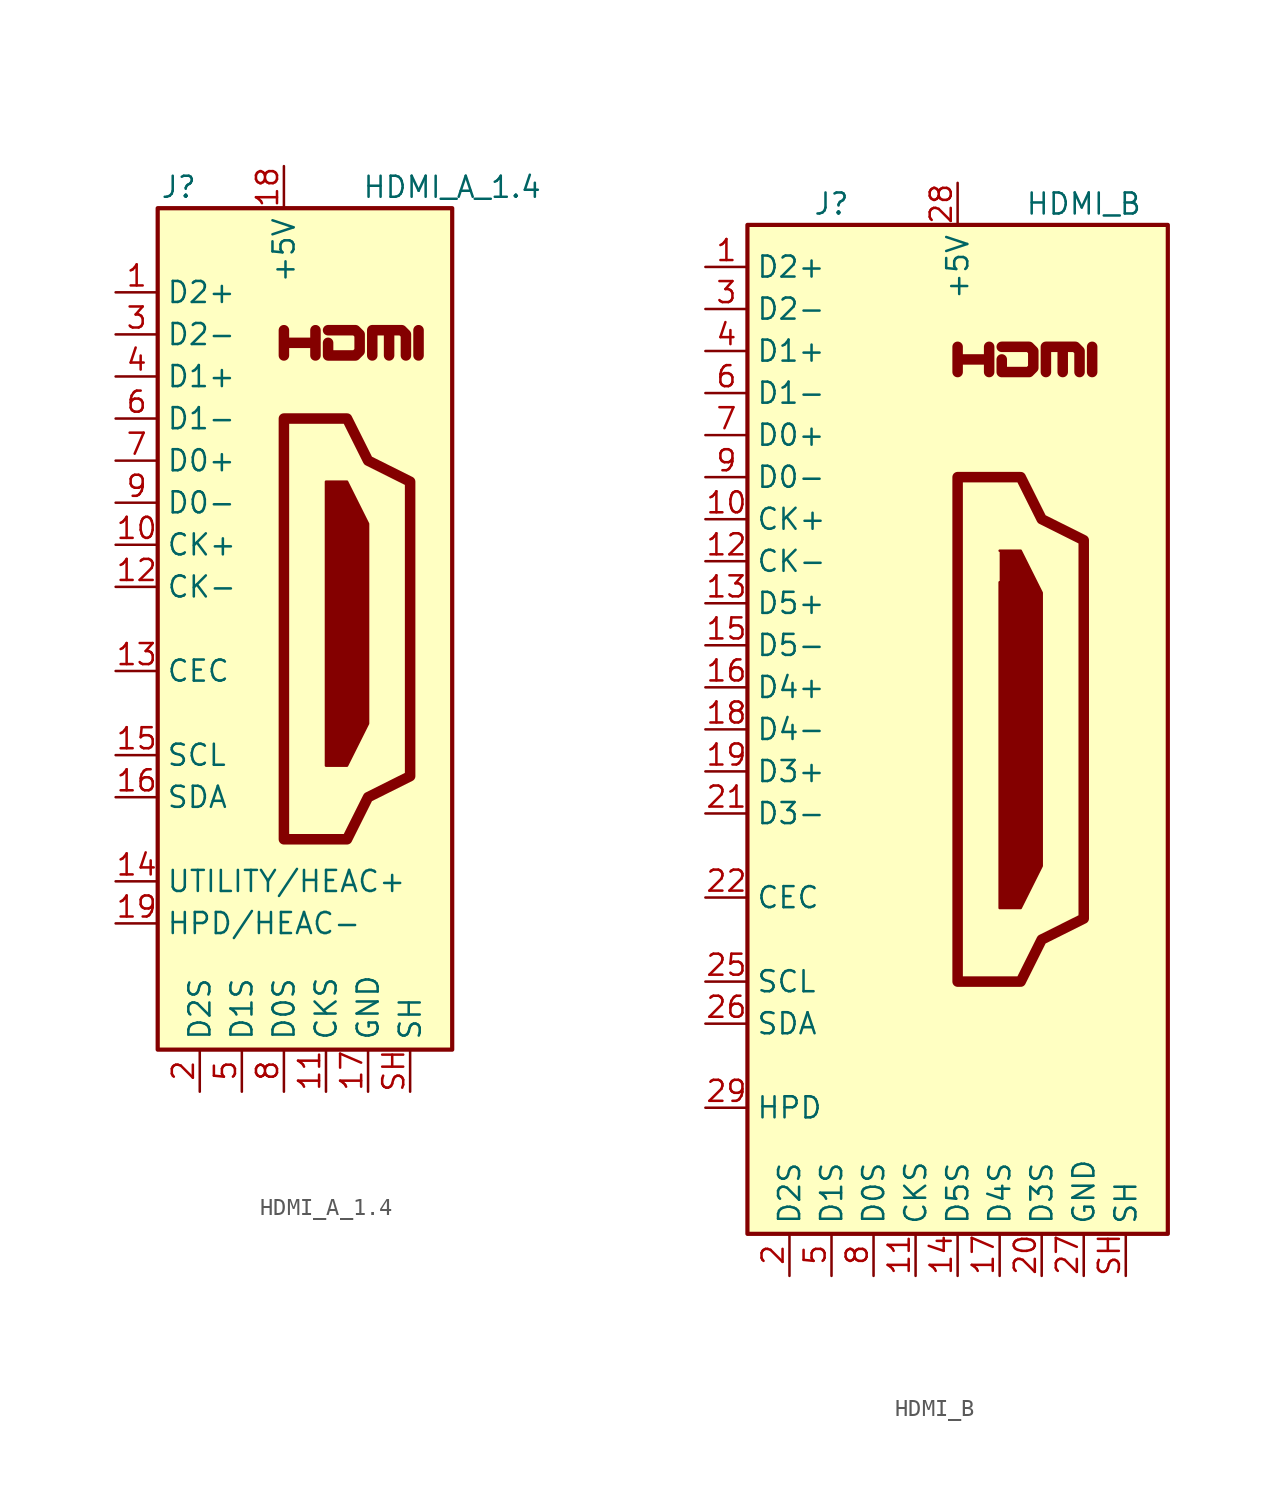
<source format=kicad_sym>
(kicad_symbol_lib
  (version 20200908)
  (generator kicad_symbol_editor)
  (symbol "Connector:HDMI_A_1.4"
    (property "Reference" "J"
      (at -6.35 26.67 0)
      (effects (font (size 1.27 1.27))))
    (property "Value" "HDMI_A_1.4"
      (at 10.16 26.67 0)
      (effects (font (size 1.27 1.27))))
    (symbol "HDMI_A_1.4_0_1"
      (rectangle (start -7.62 25.4) (end 10.16 -25.4) (stroke (width 0.254)) (fill (type background)))
      (polyline (pts (xy 2.54 8.89) (xy 3.81 8.89) (xy 5.08 6.35) (xy 5.08 -5.715) (xy 3.81 -8.255) (xy 2.54 -8.255) (xy 2.54 8.89)) (stroke (width 0)) (fill (type outline)))
      (polyline (pts (xy 5.334 16.51) (xy 5.334 18.034) (xy 6.35 18.034) (xy 6.35 16.51) (xy 6.35 18.034) (xy 7.112 18.034) (xy 7.366 17.78) (xy 7.366 16.51)) (stroke (width 0.635)) (fill (type none)))
      (polyline (pts (xy 0 12.7) (xy 0 -12.7) (xy 3.81 -12.7) (xy 5.08 -10.16) (xy 7.62 -8.89) (xy 7.62 8.89) (xy 5.08 10.16) (xy 3.81 12.7) (xy 0 12.7)) (stroke (width 0.635)) (fill (type none))))
    (symbol "HDMI_A_1.4_0_0"
      (polyline (pts (xy 8.128 16.51) (xy 8.128 18.034)) (stroke (width 0.635)) (fill (type none)))
      (polyline (pts (xy 0 16.51) (xy 0 18.034) (xy 0 17.272) (xy 1.905 17.272) (xy 1.905 18.034) (xy 1.905 16.51)) (stroke (width 0.635)) (fill (type none)))
      (polyline (pts (xy 2.667 18.034) (xy 4.318 18.034) (xy 4.572 17.78) (xy 4.572 16.764) (xy 4.318 16.51) (xy 2.667 16.51) (xy 2.667 17.272)) (stroke (width 0.635)) (fill (type none))))
    (symbol "HDMI_A_1.4_1_1"
      (pin passive line (at -10.16 20.32 0) (length 2.54) (name "D2+" (effects (font (size 1.27 1.27)))) (number "1" (effects (font (size 1.27 1.27)))))
      (pin passive line (at -10.16 5.08 0) (length 2.54) (name "CK+" (effects (font (size 1.27 1.27)))) (number "10" (effects (font (size 1.27 1.27)))))
      (pin power_in line (at 2.54 -27.94 90) (length 2.54) (name "CKS" (effects (font (size 1.27 1.27)))) (number "11" (effects (font (size 1.27 1.27)))))
      (pin passive line (at -10.16 2.54 0) (length 2.54) (name "CK-" (effects (font (size 1.27 1.27)))) (number "12" (effects (font (size 1.27 1.27)))))
      (pin bidirectional line (at -10.16 -2.54 0) (length 2.54) (name "CEC" (effects (font (size 1.27 1.27)))) (number "13" (effects (font (size 1.27 1.27)))))
      (pin passive line (at -10.16 -15.24 0) (length 2.54) (name "UTILITY/HEAC+" (effects (font (size 1.27 1.27)))) (number "14" (effects (font (size 1.27 1.27)))))
      (pin passive line (at -10.16 -7.62 0) (length 2.54) (name "SCL" (effects (font (size 1.27 1.27)))) (number "15" (effects (font (size 1.27 1.27)))))
      (pin bidirectional line (at -10.16 -10.16 0) (length 2.54) (name "SDA" (effects (font (size 1.27 1.27)))) (number "16" (effects (font (size 1.27 1.27)))))
      (pin power_in line (at 5.08 -27.94 90) (length 2.54) (name "GND" (effects (font (size 1.27 1.27)))) (number "17" (effects (font (size 1.27 1.27)))))
      (pin power_in line (at 0 27.94 270) (length 2.54) (name "+5V" (effects (font (size 1.27 1.27)))) (number "18" (effects (font (size 1.27 1.27)))))
      (pin passive line (at -10.16 -17.78 0) (length 2.54) (name "HPD/HEAC-" (effects (font (size 1.27 1.27)))) (number "19" (effects (font (size 1.27 1.27)))))
      (pin power_in line (at -5.08 -27.94 90) (length 2.54) (name "D2S" (effects (font (size 1.27 1.27)))) (number "2" (effects (font (size 1.27 1.27)))))
      (pin passive line (at -10.16 17.78 0) (length 2.54) (name "D2-" (effects (font (size 1.27 1.27)))) (number "3" (effects (font (size 1.27 1.27)))))
      (pin passive line (at -10.16 15.24 0) (length 2.54) (name "D1+" (effects (font (size 1.27 1.27)))) (number "4" (effects (font (size 1.27 1.27)))))
      (pin power_in line (at -2.54 -27.94 90) (length 2.54) (name "D1S" (effects (font (size 1.27 1.27)))) (number "5" (effects (font (size 1.27 1.27)))))
      (pin passive line (at -10.16 12.7 0) (length 2.54) (name "D1-" (effects (font (size 1.27 1.27)))) (number "6" (effects (font (size 1.27 1.27)))))
      (pin passive line (at -10.16 10.16 0) (length 2.54) (name "D0+" (effects (font (size 1.27 1.27)))) (number "7" (effects (font (size 1.27 1.27)))))
      (pin power_in line (at 0 -27.94 90) (length 2.54) (name "D0S" (effects (font (size 1.27 1.27)))) (number "8" (effects (font (size 1.27 1.27)))))
      (pin passive line (at -10.16 7.62 0) (length 2.54) (name "D0-" (effects (font (size 1.27 1.27)))) (number "9" (effects (font (size 1.27 1.27)))))
      (pin passive line (at 7.62 -27.94 90) (length 2.54) (name "SH" (effects (font (size 1.27 1.27)))) (number "SH" (effects (font (size 1.27 1.27)))))))
  (symbol "Connector:HDMI_B"
    (property "Reference" "J"
      (at -7.62 31.75 0)
      (effects (font (size 1.27 1.27))))
    (property "Value" "HDMI_B"
      (at 7.62 31.75 0)
      (effects (font (size 1.27 1.27))))
    (symbol "HDMI_B_0_1"
      (rectangle (start -12.7 30.48) (end 12.7 -30.48) (stroke (width 0.254)) (fill (type background)))
      (polyline (pts (xy 2.54 10.795) (xy 3.81 10.795) (xy 5.08 8.255) (xy 5.08 -8.255) (xy 3.81 -10.795) (xy 2.54 -10.795) (xy 2.54 8.89)) (stroke (width 0)) (fill (type outline)))
      (polyline (pts (xy 5.334 21.59) (xy 5.334 23.114) (xy 6.35 23.114) (xy 6.35 21.59) (xy 6.35 23.114) (xy 7.112 23.114) (xy 7.366 22.86) (xy 7.366 21.59)) (stroke (width 0.635)) (fill (type none)))
      (polyline (pts (xy 0 15.24) (xy 0 -15.24) (xy 3.81 -15.24) (xy 5.08 -12.7) (xy 7.62 -11.43) (xy 7.62 11.43) (xy 5.08 12.7) (xy 3.81 15.24) (xy 0 15.24)) (stroke (width 0.635)) (fill (type none))))
    (symbol "HDMI_B_0_0"
      (polyline (pts (xy 8.128 21.59) (xy 8.128 23.114)) (stroke (width 0.635)) (fill (type none)))
      (polyline (pts (xy 0 21.59) (xy 0 23.114) (xy 0 22.352) (xy 1.905 22.352) (xy 1.905 23.114) (xy 1.905 21.59)) (stroke (width 0.635)) (fill (type none)))
      (polyline (pts (xy 2.667 23.114) (xy 4.318 23.114) (xy 4.572 22.86) (xy 4.572 21.844) (xy 4.318 21.59) (xy 2.667 21.59) (xy 2.667 22.352)) (stroke (width 0.635)) (fill (type none))))
    (symbol "HDMI_B_1_1"
      (pin passive line (at -15.24 27.94 0) (length 2.54) (name "D2+" (effects (font (size 1.27 1.27)))) (number "1" (effects (font (size 1.27 1.27)))))
      (pin passive line (at -15.24 12.7 0) (length 2.54) (name "CK+" (effects (font (size 1.27 1.27)))) (number "10" (effects (font (size 1.27 1.27)))))
      (pin power_in line (at -2.54 -33.02 90) (length 2.54) (name "CKS" (effects (font (size 1.27 1.27)))) (number "11" (effects (font (size 1.27 1.27)))))
      (pin passive line (at -15.24 10.16 0) (length 2.54) (name "CK-" (effects (font (size 1.27 1.27)))) (number "12" (effects (font (size 1.27 1.27)))))
      (pin passive line (at -15.24 7.62 0) (length 2.54) (name "D5+" (effects (font (size 1.27 1.27)))) (number "13" (effects (font (size 1.27 1.27)))))
      (pin power_in line (at 0 -33.02 90) (length 2.54) (name "D5S" (effects (font (size 1.27 1.27)))) (number "14" (effects (font (size 1.27 1.27)))))
      (pin passive line (at -15.24 5.08 0) (length 2.54) (name "D5-" (effects (font (size 1.27 1.27)))) (number "15" (effects (font (size 1.27 1.27)))))
      (pin passive line (at -15.24 2.54 0) (length 2.54) (name "D4+" (effects (font (size 1.27 1.27)))) (number "16" (effects (font (size 1.27 1.27)))))
      (pin power_in line (at 2.54 -33.02 90) (length 2.54) (name "D4S" (effects (font (size 1.27 1.27)))) (number "17" (effects (font (size 1.27 1.27)))))
      (pin passive line (at -15.24 0 0) (length 2.54) (name "D4-" (effects (font (size 1.27 1.27)))) (number "18" (effects (font (size 1.27 1.27)))))
      (pin passive line (at -15.24 -2.54 0) (length 2.54) (name "D3+" (effects (font (size 1.27 1.27)))) (number "19" (effects (font (size 1.27 1.27)))))
      (pin power_in line (at -10.16 -33.02 90) (length 2.54) (name "D2S" (effects (font (size 1.27 1.27)))) (number "2" (effects (font (size 1.27 1.27)))))
      (pin power_in line (at 5.08 -33.02 90) (length 2.54) (name "D3S" (effects (font (size 1.27 1.27)))) (number "20" (effects (font (size 1.27 1.27)))))
      (pin passive line (at -15.24 -5.08 0) (length 2.54) (name "D3-" (effects (font (size 1.27 1.27)))) (number "21" (effects (font (size 1.27 1.27)))))
      (pin bidirectional line (at -15.24 -10.16 0) (length 2.54) (name "CEC" (effects (font (size 1.27 1.27)))) (number "22" (effects (font (size 1.27 1.27)))))
      (pin unconnected line (at -12.7 -12.7 0) (length 2.54) hide (name "NC" (effects (font (size 1.27 1.27)))) (number "23" (effects (font (size 1.27 1.27)))))
      (pin unconnected line (at -12.7 -20.32 0) (length 2.54) hide (name "NC" (effects (font (size 1.27 1.27)))) (number "24" (effects (font (size 1.27 1.27)))))
      (pin passive line (at -15.24 -15.24 0) (length 2.54) (name "SCL" (effects (font (size 1.27 1.27)))) (number "25" (effects (font (size 1.27 1.27)))))
      (pin bidirectional line (at -15.24 -17.78 0) (length 2.54) (name "SDA" (effects (font (size 1.27 1.27)))) (number "26" (effects (font (size 1.27 1.27)))))
      (pin power_in line (at 7.62 -33.02 90) (length 2.54) (name "GND" (effects (font (size 1.27 1.27)))) (number "27" (effects (font (size 1.27 1.27)))))
      (pin power_in line (at 0 33.02 270) (length 2.54) (name "+5V" (effects (font (size 1.27 1.27)))) (number "28" (effects (font (size 1.27 1.27)))))
      (pin passive line (at -15.24 -22.86 0) (length 2.54) (name "HPD" (effects (font (size 1.27 1.27)))) (number "29" (effects (font (size 1.27 1.27)))))
      (pin passive line (at -15.24 25.4 0) (length 2.54) (name "D2-" (effects (font (size 1.27 1.27)))) (number "3" (effects (font (size 1.27 1.27)))))
      (pin passive line (at -15.24 22.86 0) (length 2.54) (name "D1+" (effects (font (size 1.27 1.27)))) (number "4" (effects (font (size 1.27 1.27)))))
      (pin power_in line (at -7.62 -33.02 90) (length 2.54) (name "D1S" (effects (font (size 1.27 1.27)))) (number "5" (effects (font (size 1.27 1.27)))))
      (pin passive line (at -15.24 20.32 0) (length 2.54) (name "D1-" (effects (font (size 1.27 1.27)))) (number "6" (effects (font (size 1.27 1.27)))))
      (pin passive line (at -15.24 17.78 0) (length 2.54) (name "D0+" (effects (font (size 1.27 1.27)))) (number "7" (effects (font (size 1.27 1.27)))))
      (pin power_in line (at -5.08 -33.02 90) (length 2.54) (name "D0S" (effects (font (size 1.27 1.27)))) (number "8" (effects (font (size 1.27 1.27)))))
      (pin passive line (at -15.24 15.24 0) (length 2.54) (name "D0-" (effects (font (size 1.27 1.27)))) (number "9" (effects (font (size 1.27 1.27)))))
      (pin passive line (at 10.16 -33.02 90) (length 2.54) (name "SH" (effects (font (size 1.27 1.27)))) (number "SH" (effects (font (size 1.27 1.27))))))))
</source>
